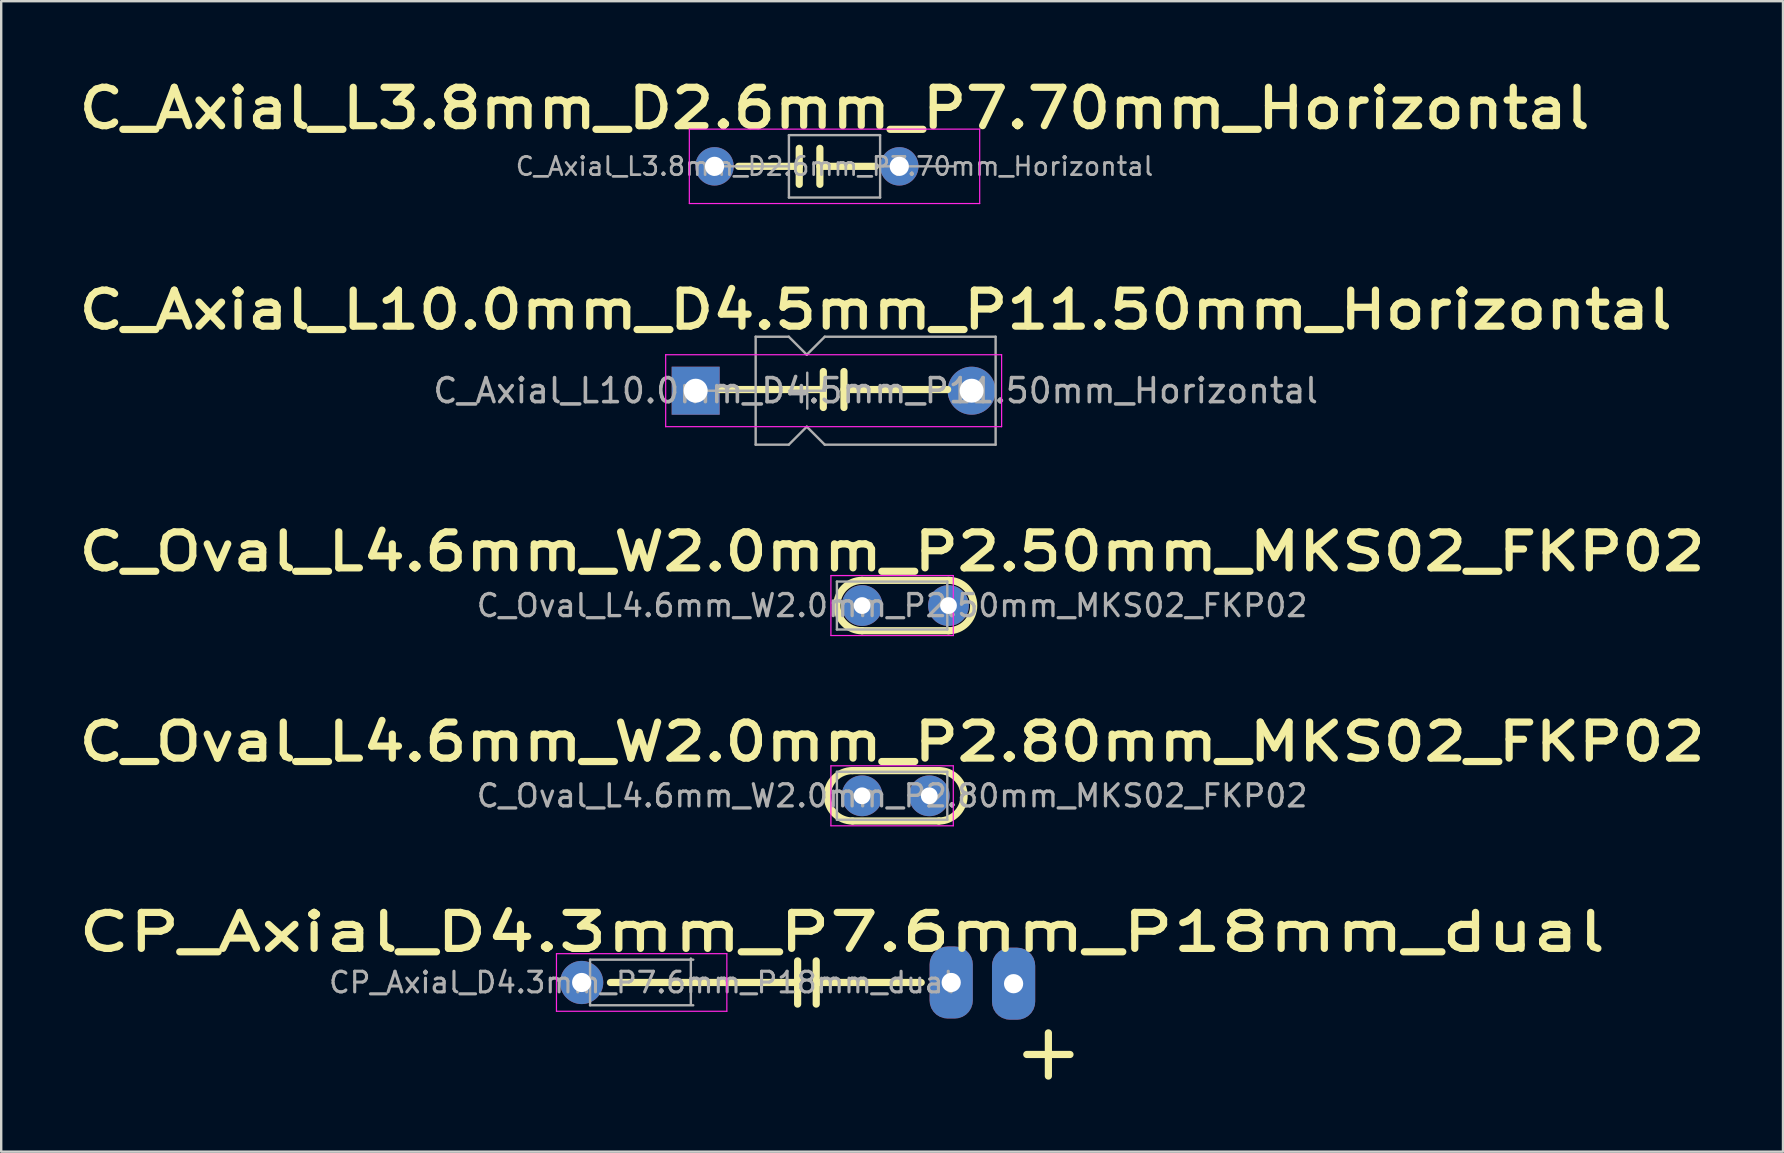
<source format=kicad_pcb>
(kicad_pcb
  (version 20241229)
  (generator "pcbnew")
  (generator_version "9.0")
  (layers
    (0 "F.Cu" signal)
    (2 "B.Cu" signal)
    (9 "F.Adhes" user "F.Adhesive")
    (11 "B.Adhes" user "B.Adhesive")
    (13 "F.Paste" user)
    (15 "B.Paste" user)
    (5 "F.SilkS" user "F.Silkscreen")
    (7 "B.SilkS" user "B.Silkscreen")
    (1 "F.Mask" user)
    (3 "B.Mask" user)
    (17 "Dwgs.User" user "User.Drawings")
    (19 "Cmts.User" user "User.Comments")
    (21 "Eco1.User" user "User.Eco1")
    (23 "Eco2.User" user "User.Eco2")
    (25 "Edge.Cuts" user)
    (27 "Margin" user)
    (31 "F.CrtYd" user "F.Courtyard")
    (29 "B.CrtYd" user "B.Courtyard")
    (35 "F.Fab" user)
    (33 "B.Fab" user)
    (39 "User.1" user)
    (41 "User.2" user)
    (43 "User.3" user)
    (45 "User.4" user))
  (footprint "C_Oval_L4.6mm_W2.0mm_P2.80mm_MKS02_FKP02"
    (layer "F.Cu")
    (at 32.877 30.114)
    (property "Reference" "C_Oval_L4.6mm_W2.0mm_P2.80mm_MKS02_FKP02" (at 1.25 -2.25 0) (layer "F.SilkS") (effects (font (size 1.5 1.8) (thickness 0.3) (bold yes))))
    (attr through_hole)
    (fp_line (start -0.4 -1.05) (end 3.2 -1.05) (stroke (width 0.3) (type solid)) (layer "F.SilkS"))
    (fp_line (start -0.4 1.05) (end 3.2 1.05) (stroke (width 0.3) (type solid)) (layer "F.SilkS"))
    (fp_arc (start -0.4 1.05) (mid -1.45 0) (end -0.4 -1.05) (stroke (width 0.3) (type default)) (layer "F.SilkS"))
    (fp_arc (start 3.2 -1.05) (mid 4.25 0) (end 3.2 1.05) (stroke (width 0.3) (type default)) (layer "F.SilkS"))
    (fp_line (start -1.3 -1.25) (end -1.3 1.25) (stroke (width 0.05) (type solid)) (layer "F.CrtYd"))
    (fp_line (start -1.3 1.25) (end 3.8 1.25) (stroke (width 0.05) (type solid)) (layer "F.CrtYd"))
    (fp_line (start 3.8 -1.25) (end -1.3 -1.25) (stroke (width 0.05) (type solid)) (layer "F.CrtYd"))
    (fp_line (start 3.8 1.25) (end 3.8 -1.25) (stroke (width 0.05) (type solid)) (layer "F.CrtYd"))
    (fp_line (start -1.05 -1) (end -1.05 1) (stroke (width 0.1) (type solid)) (layer "F.Fab"))
    (fp_line (start -1.05 1) (end 3.55 1) (stroke (width 0.1) (type solid)) (layer "F.Fab"))
    (fp_line (start 3.55 -1) (end -1.05 -1) (stroke (width 0.1) (type solid)) (layer "F.Fab"))
    (fp_line (start 3.55 1) (end 3.55 -1) (stroke (width 0.1) (type solid)) (layer "F.Fab"))
    (fp_text user "${REFERENCE}" (at 1.25 0 0) (layer "F.Fab") (effects (font (size 0.92 0.92) (thickness 0.138))))
    (pad "1" thru_hole circle (at 0 0) (size 1.7 1.7) (drill 0.7) (layers "*.Cu" "*.Mask"))
    (pad "2" thru_hole circle (at 2.8 0) (size 1.7 1.7) (drill 0.7) (layers "*.Cu" "*.Mask")))
  (footprint "C_Axial_L3.8mm_D2.6mm_P7.70mm_Horizontal"
    (layer "F.Cu")
    (at 26.727 3.882)
    (property "Reference" "C_Axial_L3.8mm_D2.6mm_P7.70mm_Horizontal" (at 5 -2.42 0) (layer "F.SilkS") (effects (font (size 1.6 1.8) (thickness 0.3) (bold yes))))
    (attr through_hole)
    (fp_line (start 1 0) (end 3.53 0) (stroke (width 0.3) (type solid)) (layer "F.SilkS"))
    (fp_line (start 3.53 0.75) (end 3.53 -0.75) (stroke (width 0.3) (type default)) (layer "F.SilkS"))
    (fp_line (start 4.39 0.75) (end 4.39 -0.75) (stroke (width 0.3) (type default)) (layer "F.SilkS"))
    (fp_line (start 6.7 0) (end 4.39 0) (stroke (width 0.3) (type solid)) (layer "F.SilkS"))
    (fp_line (start -1.05 -1.55) (end -1.05 1.55) (stroke (width 0.05) (type solid)) (layer "F.CrtYd"))
    (fp_line (start -1.05 1.55) (end 11.05 1.55) (stroke (width 0.05) (type solid)) (layer "F.CrtYd"))
    (fp_line (start 11.05 -1.55) (end -1.05 -1.55) (stroke (width 0.05) (type solid)) (layer "F.CrtYd"))
    (fp_line (start 11.05 1.55) (end 11.05 -1.55) (stroke (width 0.05) (type solid)) (layer "F.CrtYd"))
    (fp_line (start 0 0) (end 3.1 0) (stroke (width 0.1) (type solid)) (layer "F.Fab"))
    (fp_line (start 3.1 -1.3) (end 3.1 1.3) (stroke (width 0.1) (type solid)) (layer "F.Fab"))
    (fp_line (start 3.1 1.3) (end 6.9 1.3) (stroke (width 0.1) (type solid)) (layer "F.Fab"))
    (fp_line (start 6.9 -1.3) (end 3.1 -1.3) (stroke (width 0.1) (type solid)) (layer "F.Fab"))
    (fp_line (start 6.9 1.3) (end 6.9 -1.3) (stroke (width 0.1) (type solid)) (layer "F.Fab"))
    (fp_line (start 10 0) (end 6.9 0) (stroke (width 0.1) (type solid)) (layer "F.Fab"))
    (fp_text user "${REFERENCE}" (at 5 0 0) (layer "F.Fab") (effects (font (size 0.76 0.76) (thickness 0.114))))
    (pad "1" thru_hole circle (at 0 0) (size 1.6 1.6) (drill 0.8) (layers "*.Cu" "*.Mask"))
    (pad "2" thru_hole oval (at 7.7 0) (size 1.6 1.6) (drill 0.8) (layers "*.Cu" "*.Mask")))
  (footprint "C_Oval_L4.6mm_W2.0mm_P2.50mm_MKS02_FKP02"
    (layer "F.Cu")
    (at 32.877 22.186)
    (property "Reference" "C_Oval_L4.6mm_W2.0mm_P2.50mm_MKS02_FKP02" (at 1.25 -2.25 0) (layer "F.SilkS") (effects (font (size 1.5 1.8) (thickness 0.3) (bold yes))))
    (attr through_hole)
    (fp_line (start 0 -1.05) (end 3.6 -1.05) (stroke (width 0.3) (type solid)) (layer "F.SilkS"))
    (fp_line (start 0 1.05) (end 3.6 1.05) (stroke (width 0.3) (type solid)) (layer "F.SilkS"))
    (fp_arc (start 0 1.05) (mid -1.05 0) (end 0 -1.05) (stroke (width 0.3) (type default)) (layer "F.SilkS"))
    (fp_arc (start 3.6 -1.05) (mid 4.65 0) (end 3.6 1.05) (stroke (width 0.3) (type default)) (layer "F.SilkS"))
    (fp_line (start -1.3 -1.25) (end -1.3 1.25) (stroke (width 0.05) (type solid)) (layer "F.CrtYd"))
    (fp_line (start -1.3 1.25) (end 3.8 1.25) (stroke (width 0.05) (type solid)) (layer "F.CrtYd"))
    (fp_line (start 3.8 -1.25) (end -1.3 -1.25) (stroke (width 0.05) (type solid)) (layer "F.CrtYd"))
    (fp_line (start 3.8 1.25) (end 3.8 -1.25) (stroke (width 0.05) (type solid)) (layer "F.CrtYd"))
    (fp_line (start -1.05 -1) (end -1.05 1) (stroke (width 0.1) (type solid)) (layer "F.Fab"))
    (fp_line (start -1.05 1) (end 3.55 1) (stroke (width 0.1) (type solid)) (layer "F.Fab"))
    (fp_line (start 3.55 -1) (end -1.05 -1) (stroke (width 0.1) (type solid)) (layer "F.Fab"))
    (fp_line (start 3.55 1) (end 3.55 -1) (stroke (width 0.1) (type solid)) (layer "F.Fab"))
    (fp_text user "${REFERENCE}" (at 1.25 0 0) (layer "F.Fab") (effects (font (size 0.92 0.92) (thickness 0.138))))
    (pad "1" thru_hole circle (at 0 0) (size 1.7 1.7) (drill 0.7) (layers "*.Cu" "*.Mask"))
    (pad "2" thru_hole circle (at 3.6 0) (size 1.7 1.7) (drill 0.7) (layers "*.Cu" "*.Mask")))
  (footprint "C_Axial_L10.0mm_D4.5mm_P11.50mm_Horizontal"
    (layer "F.Cu")
    (at 25.941 13.232)
    (property "Reference" "C_Axial_L10.0mm_D4.5mm_P11.50mm_Horizontal" (at 7.5 -3.37 0) (layer "F.SilkS") (effects (font (size 1.5 1.8) (thickness 0.3) (bold yes))))
    (attr through_hole)
    (fp_line (start 1 -0.05) (end 5.32 -0.05) (stroke (width 0.3) (type solid)) (layer "F.SilkS"))
    (fp_line (start 5.32 0.7) (end 5.32 -0.8) (stroke (width 0.3) (type default)) (layer "F.SilkS"))
    (fp_line (start 6.18 0.7) (end 6.18 -0.8) (stroke (width 0.3) (type default)) (layer "F.SilkS"))
    (fp_line (start 10.5 -0.05) (end 6.18 -0.05) (stroke (width 0.3) (type solid)) (layer "F.SilkS"))
    (fp_line (start -1.25 -1.5) (end -1.25 1.5) (stroke (width 0.05) (type solid)) (layer "F.CrtYd"))
    (fp_line (start -1.25 1.5) (end 12.75 1.5) (stroke (width 0.05) (type solid)) (layer "F.CrtYd"))
    (fp_line (start 12.75 -1.5) (end -1.25 -1.5) (stroke (width 0.05) (type solid)) (layer "F.CrtYd"))
    (fp_line (start 12.75 1.5) (end 12.75 -1.5) (stroke (width 0.05) (type solid)) (layer "F.CrtYd"))
    (fp_line (start 0 0) (end 2.5 0) (stroke (width 0.1) (type solid)) (layer "F.Fab"))
    (fp_line (start 2.5 -2.25) (end 2.5 2.25) (stroke (width 0.1) (type solid)) (layer "F.Fab"))
    (fp_line (start 2.5 -2.25) (end 3.88 -2.25) (stroke (width 0.1) (type solid)) (layer "F.Fab"))
    (fp_line (start 2.5 2.25) (end 3.88 2.25) (stroke (width 0.1) (type solid)) (layer "F.Fab"))
    (fp_line (start 3.88 -2.25) (end 4.63 -1.5) (stroke (width 0.1) (type solid)) (layer "F.Fab"))
    (fp_line (start 3.88 2.25) (end 4.63 1.5) (stroke (width 0.1) (type solid)) (layer "F.Fab"))
    (fp_line (start 3.9 0) (end 5.4 0) (stroke (width 0.1) (type solid)) (layer "F.Fab"))
    (fp_line (start 4.63 -1.5) (end 5.38 -2.25) (stroke (width 0.1) (type solid)) (layer "F.Fab"))
    (fp_line (start 4.63 1.5) (end 5.38 2.25) (stroke (width 0.1) (type solid)) (layer "F.Fab"))
    (fp_line (start 4.65 -0.75) (end 4.65 0.75) (stroke (width 0.1) (type solid)) (layer "F.Fab"))
    (fp_line (start 5.38 -2.25) (end 12.5 -2.25) (stroke (width 0.1) (type solid)) (layer "F.Fab"))
    (fp_line (start 5.38 2.25) (end 12.5 2.25) (stroke (width 0.1) (type solid)) (layer "F.Fab"))
    (fp_line (start 12.5 -2.25) (end 12.5 2.25) (stroke (width 0.1) (type solid)) (layer "F.Fab"))
    (fp_text user "${REFERENCE}" (at 7.5 0 0) (layer "F.Fab") (effects (font (size 1 1) (thickness 0.15))))
    (pad "1" thru_hole rect (at 0 0) (size 2 2) (drill 1) (layers "*.Cu" "*.Mask"))
    (pad "2" thru_hole oval (at 11.5 0) (size 2 2) (drill 1) (layers "*.Cu" "*.Mask")))
  (footprint "CP_Axial_D4.3mm_P7.6mm_P18mm_dual"
    (layer "F.Cu")
    (at 21.19 37.894)
    (property "Reference" "CP_Axial_D4.3mm_P7.6mm_P18mm_dual" (at 10.85 -2.1 0) (unlocked yes) (layer "F.SilkS") (effects (font (size 1.5 2.1) (thickness 0.3) (bold yes))))
    (attr through_hole)
    (fp_line (start 1.2 0) (end 9 0) (stroke (width 0.3) (type default)) (layer "F.SilkS"))
    (fp_line (start 9 0.9) (end 9 -0.9) (stroke (width 0.3) (type default)) (layer "F.SilkS"))
    (fp_line (start 9.775 0) (end 14.15 0) (stroke (width 0.3) (type default)) (layer "F.SilkS"))
    (fp_line (start 9.775 0.9) (end 9.775 -0.9) (stroke (width 0.3) (type default)) (layer "F.SilkS"))
    (fp_line (start 18.55 3) (end 20.35 3) (stroke (width 0.3) (type solid)) (layer "F.SilkS"))
    (fp_line (start 19.45 2.1) (end 19.45 3.9) (stroke (width 0.3) (type solid)) (layer "F.SilkS"))
    (fp_line (start -1.05 -1.2) (end -1.05 1.2) (stroke (width 0.05) (type solid)) (layer "F.CrtYd"))
    (fp_line (start -1.05 1.2) (end 6.05 1.2) (stroke (width 0.05) (type solid)) (layer "F.CrtYd"))
    (fp_line (start 6.05 -1.2) (end -1.05 -1.2) (stroke (width 0.05) (type solid)) (layer "F.CrtYd"))
    (fp_line (start 6.05 1.2) (end 6.05 -1.2) (stroke (width 0.05) (type solid)) (layer "F.CrtYd"))
    (fp_line (start 0.35 -0.95) (end 0.35 0.95) (stroke (width 0.1) (type solid)) (layer "F.Fab"))
    (fp_line (start 0.35 0.95) (end 4.65 0.95) (stroke (width 0.1) (type solid)) (layer "F.Fab"))
    (fp_line (start 4.55 0.9) (end 4.55 -1) (stroke (width 0.1) (type solid)) (layer "F.Fab"))
    (fp_line (start 4.65 -0.95) (end 0.35 -0.95) (stroke (width 0.1) (type solid)) (layer "F.Fab"))
    (fp_text user "${REFERENCE}" (at 2.5 0 0) (layer "F.Fab") (effects (font (size 0.86 0.86) (thickness 0.129))))
    (pad "1" thru_hole circle (at 0 0) (size 1.8 1.8) (drill 0.8) (layers "*.Cu" "*.Mask"))
    (pad "1" thru_hole roundrect (at 15.4 0) (size 1.8 3) (drill 0.8) (layers "*.Cu" "*.Mask") (roundrect_rratio 0.417))
    (pad "2" thru_hole roundrect (at 18 0.05) (size 1.8 3) (drill 0.8) (layers "*.Cu" "*.Mask") (roundrect_rratio 0.417)))
  (gr_rect
    (start -3 -3)
    (end 71.254 44.944)
    (stroke (width 0.1) (type default))
    (fill no)
    (layer "Edge.Cuts")))
</source>
